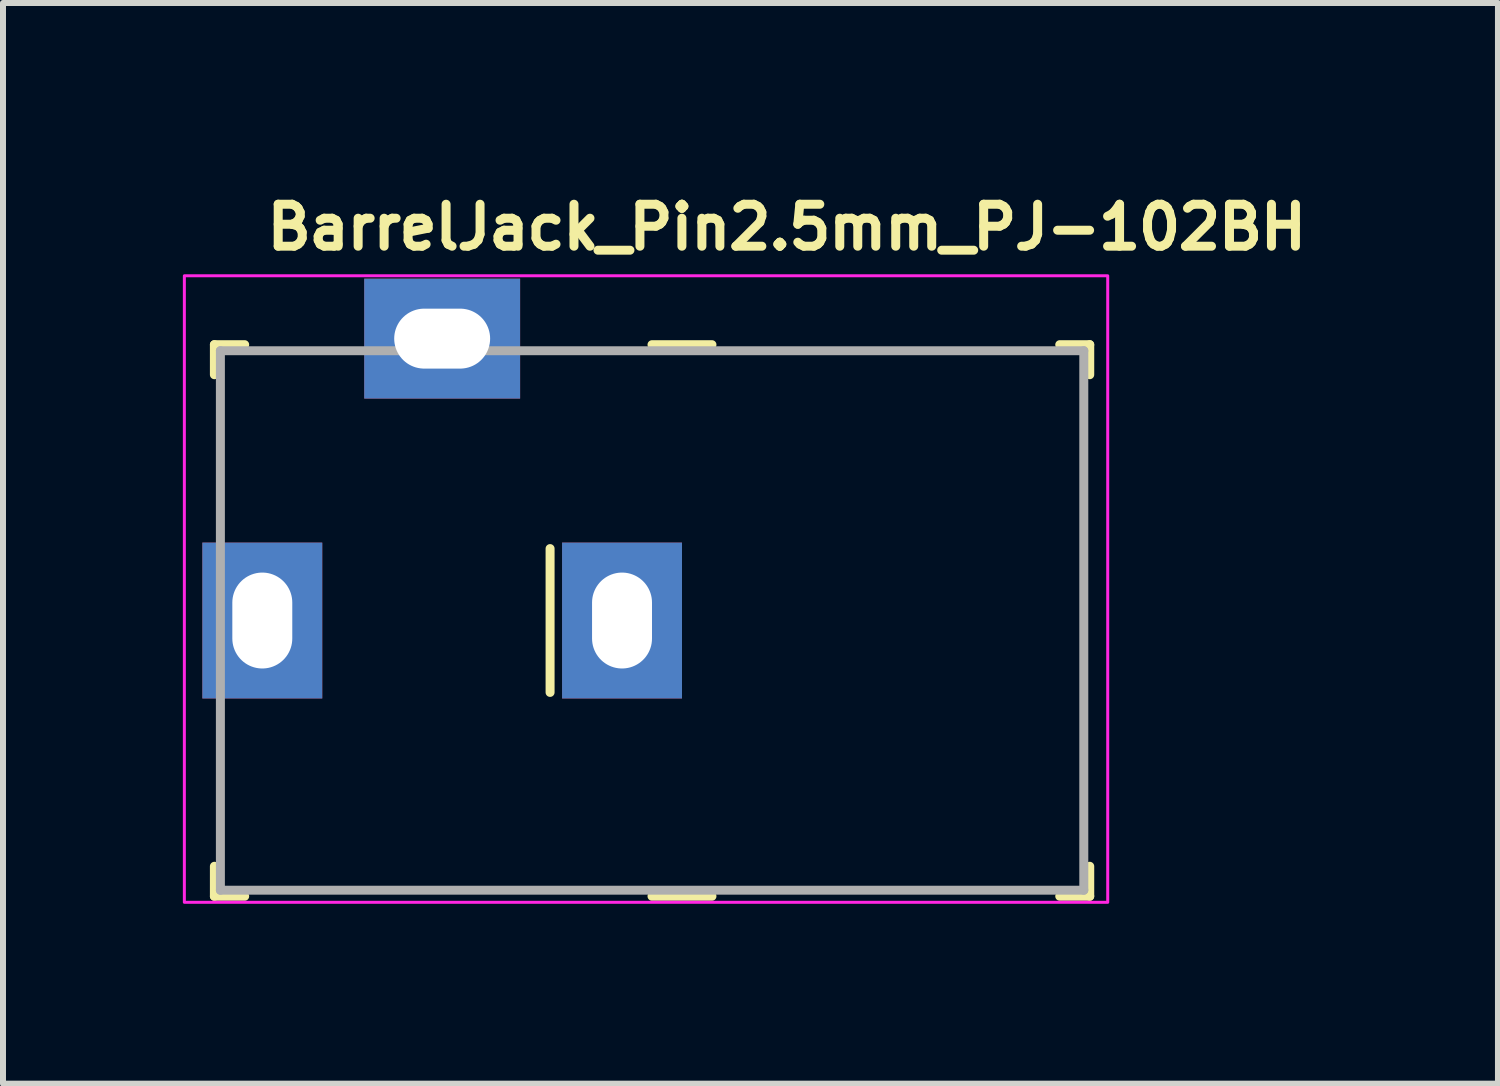
<source format=kicad_pcb>
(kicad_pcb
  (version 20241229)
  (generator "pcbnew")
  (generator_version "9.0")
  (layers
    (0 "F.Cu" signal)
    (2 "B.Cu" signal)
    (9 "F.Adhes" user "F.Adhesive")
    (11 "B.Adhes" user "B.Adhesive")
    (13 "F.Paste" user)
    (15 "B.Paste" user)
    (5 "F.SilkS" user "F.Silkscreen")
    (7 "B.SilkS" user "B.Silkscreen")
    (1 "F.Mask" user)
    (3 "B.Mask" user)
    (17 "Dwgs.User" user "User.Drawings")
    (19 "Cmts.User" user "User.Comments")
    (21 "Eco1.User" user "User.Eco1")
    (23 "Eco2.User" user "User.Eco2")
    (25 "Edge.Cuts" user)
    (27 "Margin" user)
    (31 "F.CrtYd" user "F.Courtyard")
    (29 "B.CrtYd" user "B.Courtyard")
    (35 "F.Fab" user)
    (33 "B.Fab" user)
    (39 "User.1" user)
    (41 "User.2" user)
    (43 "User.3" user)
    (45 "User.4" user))
  (footprint "BarrelJack_Pin2.5mm_PJ-102BH"
    (layer "F.Cu")
    (at 1.325 7.3)
    (property "Reference" "BarrelJack_Pin2.5mm_PJ-102BH" (at 0 -6.15 0) (layer "F.SilkS") (effects (font (size 0.7 0.7) (thickness 0.15)) (justify left bottom)))
    (attr through_hole)
    (fp_line (start -0.799 -4.601) (end -0.799 -4.1) (stroke (width 0.15) (type solid)) (layer "F.SilkS"))
    (fp_line (start -0.799 -4.601) (end -0.294 -4.601) (stroke (width 0.15) (type solid)) (layer "F.SilkS"))
    (fp_line (start -0.799 4.599) (end -0.799 4.099) (stroke (width 0.15) (type solid)) (layer "F.SilkS"))
    (fp_line (start -0.799 4.599) (end -0.294 4.599) (stroke (width 0.15) (type solid)) (layer "F.SilkS"))
    (fp_line (start 4.8 -1.2) (end 4.8 1.199) (stroke (width 0.15) (type solid)) (layer "F.SilkS"))
    (fp_line (start 6.5 -4.601) (end 7.5 -4.601) (stroke (width 0.15) (type solid)) (layer "F.SilkS"))
    (fp_line (start 6.5 4.599) (end 7.5 4.599) (stroke (width 0.15) (type solid)) (layer "F.SilkS"))
    (fp_line (start 13.801 -4.601) (end 13.301 -4.601) (stroke (width 0.15) (type solid)) (layer "F.SilkS"))
    (fp_line (start 13.801 -4.601) (end 13.801 -4.1) (stroke (width 0.15) (type solid)) (layer "F.SilkS"))
    (fp_line (start 13.801 4.599) (end 13.301 4.599) (stroke (width 0.15) (type solid)) (layer "F.SilkS"))
    (fp_line (start 13.801 4.599) (end 13.801 4.099) (stroke (width 0.15) (type solid)) (layer "F.SilkS"))
    (fp_rect (start 14.101 -5.75) (end -1.3 4.7) (stroke (width 0.05) (type solid)) (fill no) (layer "F.CrtYd"))
    (fp_line (start -0.699 -4.5) (end -0.699 4.498) (stroke (width 0.15) (type solid)) (layer "F.Fab"))
    (fp_line (start -0.699 -4.5) (end 13.702 -4.5) (stroke (width 0.15) (type solid)) (layer "F.Fab"))
    (fp_line (start -0.699 4.498) (end 13.702 4.498) (stroke (width 0.15) (type solid)) (layer "F.Fab"))
    (fp_line (start 13.702 -4.5) (end 13.702 4.498) (stroke (width 0.15) (type solid)) (layer "F.Fab"))
    (fp_rect (start -0.749 4.5) (end 13.652 -4.9) (stroke (width 0.1) (type solid)) (fill no) (layer "User.5"))
    (fp_line (start -0.749 -1.898) (end -0.749 -4.498) (stroke (width 0.02) (type solid)) (layer "User.9"))
    (fp_line (start -0.749 -1.898) (end 0.15 -1.898) (stroke (width 0.02) (type solid)) (layer "User.9"))
    (fp_line (start -0.749 1.901) (end 0.15 1.901) (stroke (width 0.02) (type solid)) (layer "User.9"))
    (fp_line (start -0.749 4.5) (end -0.749 1.901) (stroke (width 0.02) (type solid)) (layer "User.9"))
    (fp_line (start -0.248 -0.498) (end -0.131 -0.498) (stroke (width 0.02) (type solid)) (layer "User.9"))
    (fp_line (start -0.248 0.5) (end -0.248 -0.498) (stroke (width 0.02) (type solid)) (layer "User.9"))
    (fp_line (start -0.131 -0.498) (end -0.131 -0.498) (stroke (width 0.02) (type solid)) (layer "User.9"))
    (fp_line (start -0.131 -0.498) (end 0.15 -0.498) (stroke (width 0.02) (type solid)) (layer "User.9"))
    (fp_line (start -0.131 0.5) (end -0.248 0.5) (stroke (width 0.02) (type solid)) (layer "User.9"))
    (fp_line (start -0.131 0.5) (end -0.131 0.5) (stroke (width 0.02) (type solid)) (layer "User.9"))
    (fp_line (start 0.15 -4.498) (end -0.749 -4.498) (stroke (width 0.02) (type solid)) (layer "User.9"))
    (fp_line (start 0.15 -4.498) (end 0.15 -4.203) (stroke (width 0.02) (type solid)) (layer "User.9"))
    (fp_line (start 0.15 -4.498) (end 10.152 -4.498) (stroke (width 0.02) (type solid)) (layer "User.9"))
    (fp_line (start 0.15 -4.097) (end 0.15 -4.203) (stroke (width 0.02) (type solid)) (layer "User.9"))
    (fp_line (start 0.15 -4.097) (end 0.15 -4.097) (stroke (width 0.02) (type solid)) (layer "User.9"))
    (fp_line (start 0.15 -3.785) (end 0.15 -4.097) (stroke (width 0.02) (type solid)) (layer "User.9"))
    (fp_line (start 0.15 -3.785) (end 0.15 -3.785) (stroke (width 0.02) (type solid)) (layer "User.9"))
    (fp_line (start 0.15 -3.285) (end 0.15 -3.785) (stroke (width 0.02) (type solid)) (layer "User.9"))
    (fp_line (start 0.15 -3.285) (end 0.15 -3.285) (stroke (width 0.02) (type solid)) (layer "User.9"))
    (fp_line (start 0.15 -2.62) (end 0.15 -3.285) (stroke (width 0.02) (type solid)) (layer "User.9"))
    (fp_line (start 0.15 -2.62) (end 0.15 -2.62) (stroke (width 0.02) (type solid)) (layer "User.9"))
    (fp_line (start 0.15 -1.822) (end 0.15 -2.62) (stroke (width 0.02) (type solid)) (layer "User.9"))
    (fp_line (start 0.15 -1.822) (end 0.15 -1.822) (stroke (width 0.02) (type solid)) (layer "User.9"))
    (fp_line (start 0.15 -0.935) (end 0.15 -1.822) (stroke (width 0.02) (type solid)) (layer "User.9"))
    (fp_line (start 0.15 -0.935) (end 0.15 -0.935) (stroke (width 0.02) (type solid)) (layer "User.9"))
    (fp_line (start 0.15 0) (end 0.15 -0.935) (stroke (width 0.02) (type solid)) (layer "User.9"))
    (fp_line (start 0.15 0) (end 0.15 0) (stroke (width 0.02) (type solid)) (layer "User.9"))
    (fp_line (start 0.15 0.5) (end -0.131 0.5) (stroke (width 0.02) (type solid)) (layer "User.9"))
    (fp_line (start 0.15 0.937) (end 0.15 0) (stroke (width 0.02) (type solid)) (layer "User.9"))
    (fp_line (start 0.15 0.937) (end 0.15 0.937) (stroke (width 0.02) (type solid)) (layer "User.9"))
    (fp_line (start 0.15 1.825) (end 0.15 0.937) (stroke (width 0.02) (type solid)) (layer "User.9"))
    (fp_line (start 0.15 1.825) (end 0.15 1.825) (stroke (width 0.02) (type solid)) (layer "User.9"))
    (fp_line (start 0.15 2.621) (end 0.15 1.825) (stroke (width 0.02) (type solid)) (layer "User.9"))
    (fp_line (start 0.15 2.621) (end 0.15 2.621) (stroke (width 0.02) (type solid)) (layer "User.9"))
    (fp_line (start 0.15 3.287) (end 0.15 2.621) (stroke (width 0.02) (type solid)) (layer "User.9"))
    (fp_line (start 0.15 3.287) (end 0.15 3.287) (stroke (width 0.02) (type solid)) (layer "User.9"))
    (fp_line (start 0.15 3.787) (end 0.15 3.287) (stroke (width 0.02) (type solid)) (layer "User.9"))
    (fp_line (start 0.15 3.787) (end 0.15 3.787) (stroke (width 0.02) (type solid)) (layer "User.9"))
    (fp_line (start 0.15 4.098) (end 0.15 3.787) (stroke (width 0.02) (type solid)) (layer "User.9"))
    (fp_line (start 0.15 4.098) (end 0.15 4.098) (stroke (width 0.02) (type solid)) (layer "User.9"))
    (fp_line (start 0.15 4.204) (end 0.15 4.098) (stroke (width 0.02) (type solid)) (layer "User.9"))
    (fp_line (start 0.15 4.204) (end 0.15 4.5) (stroke (width 0.02) (type solid)) (layer "User.9"))
    (fp_line (start 0.15 4.5) (end -0.749 4.5) (stroke (width 0.02) (type solid)) (layer "User.9"))
    (fp_line (start 0.15 4.5) (end 10.152 4.5) (stroke (width 0.02) (type solid)) (layer "User.9"))
    (fp_line (start 1.702 -4.9) (end 4.202 -4.9) (stroke (width 0.02) (type solid)) (layer "User.9"))
    (fp_line (start 1.702 -4.788) (end 1.702 -4.9) (stroke (width 0.02) (type solid)) (layer "User.9"))
    (fp_line (start 1.702 -4.788) (end 1.702 -4.788) (stroke (width 0.02) (type solid)) (layer "User.9"))
    (fp_line (start 1.702 -4.498) (end 1.702 -4.788) (stroke (width 0.02) (type solid)) (layer "User.9"))
    (fp_line (start 4.202 -4.788) (end 4.202 -4.9) (stroke (width 0.02) (type solid)) (layer "User.9"))
    (fp_line (start 4.202 -4.788) (end 4.202 -4.788) (stroke (width 0.02) (type solid)) (layer "User.9"))
    (fp_line (start 4.202 -4.498) (end 4.202 -4.788) (stroke (width 0.02) (type solid)) (layer "User.9"))
    (fp_line (start 10.152 -4.203) (end 0.15 -4.203) (stroke (width 0.02) (type solid)) (layer "User.9"))
    (fp_line (start 10.152 4.204) (end 0.15 4.204) (stroke (width 0.02) (type solid)) (layer "User.9"))
    (fp_line (start 10.152 4.5) (end 10.152 -4.498) (stroke (width 0.02) (type solid)) (layer "User.9"))
    (fp_line (start 11.402 -4.498) (end 10.152 -4.498) (stroke (width 0.02) (type solid)) (layer "User.9"))
    (fp_line (start 11.402 -2.999) (end 12.601 -2.999) (stroke (width 0.02) (type solid)) (layer "User.9"))
    (fp_line (start 11.402 4.5) (end 10.152 4.5) (stroke (width 0.02) (type solid)) (layer "User.9"))
    (fp_line (start 11.402 4.5) (end 11.402 -4.498) (stroke (width 0.02) (type solid)) (layer "User.9"))
    (fp_line (start 11.402 4.5) (end 12.601 4.5) (stroke (width 0.02) (type solid)) (layer "User.9"))
    (fp_line (start 12.601 -4.498) (end 11.402 -4.498) (stroke (width 0.02) (type solid)) (layer "User.9"))
    (fp_line (start 12.601 -4.498) (end 12.601 4.5) (stroke (width 0.02) (type solid)) (layer "User.9"))
    (fp_line (start 12.601 3) (end 11.402 3) (stroke (width 0.02) (type solid)) (layer "User.9"))
    (fp_line (start 13.652 -4.498) (end 12.601 -4.498) (stroke (width 0.02) (type solid)) (layer "User.9"))
    (fp_line (start 13.652 -4.498) (end 13.652 4.5) (stroke (width 0.02) (type solid)) (layer "User.9"))
    (fp_line (start 13.652 4.5) (end 12.601 4.5) (stroke (width 0.02) (type solid)) (layer "User.9"))
    (pad "1" thru_hole rect (at 0 0 270) (size 2.6 2) (drill oval 1.6 1) (layers "*.Cu" "*.Mask"))
    (pad "2" thru_hole rect (at 6 0 270) (size 2.6 2) (drill oval 1.6 1) (layers "*.Cu" "*.Mask"))
    (pad "3" thru_hole rect (at 3 -4.702 270) (size 2 2.6) (drill oval 1 1.6) (layers "*.Cu" "*.Mask")))
  (gr_rect
    (start -3 -3)
    (end 21.935 15.025)
    (stroke (width 0.1) (type default))
    (fill no)
    (layer "Edge.Cuts")))
</source>
